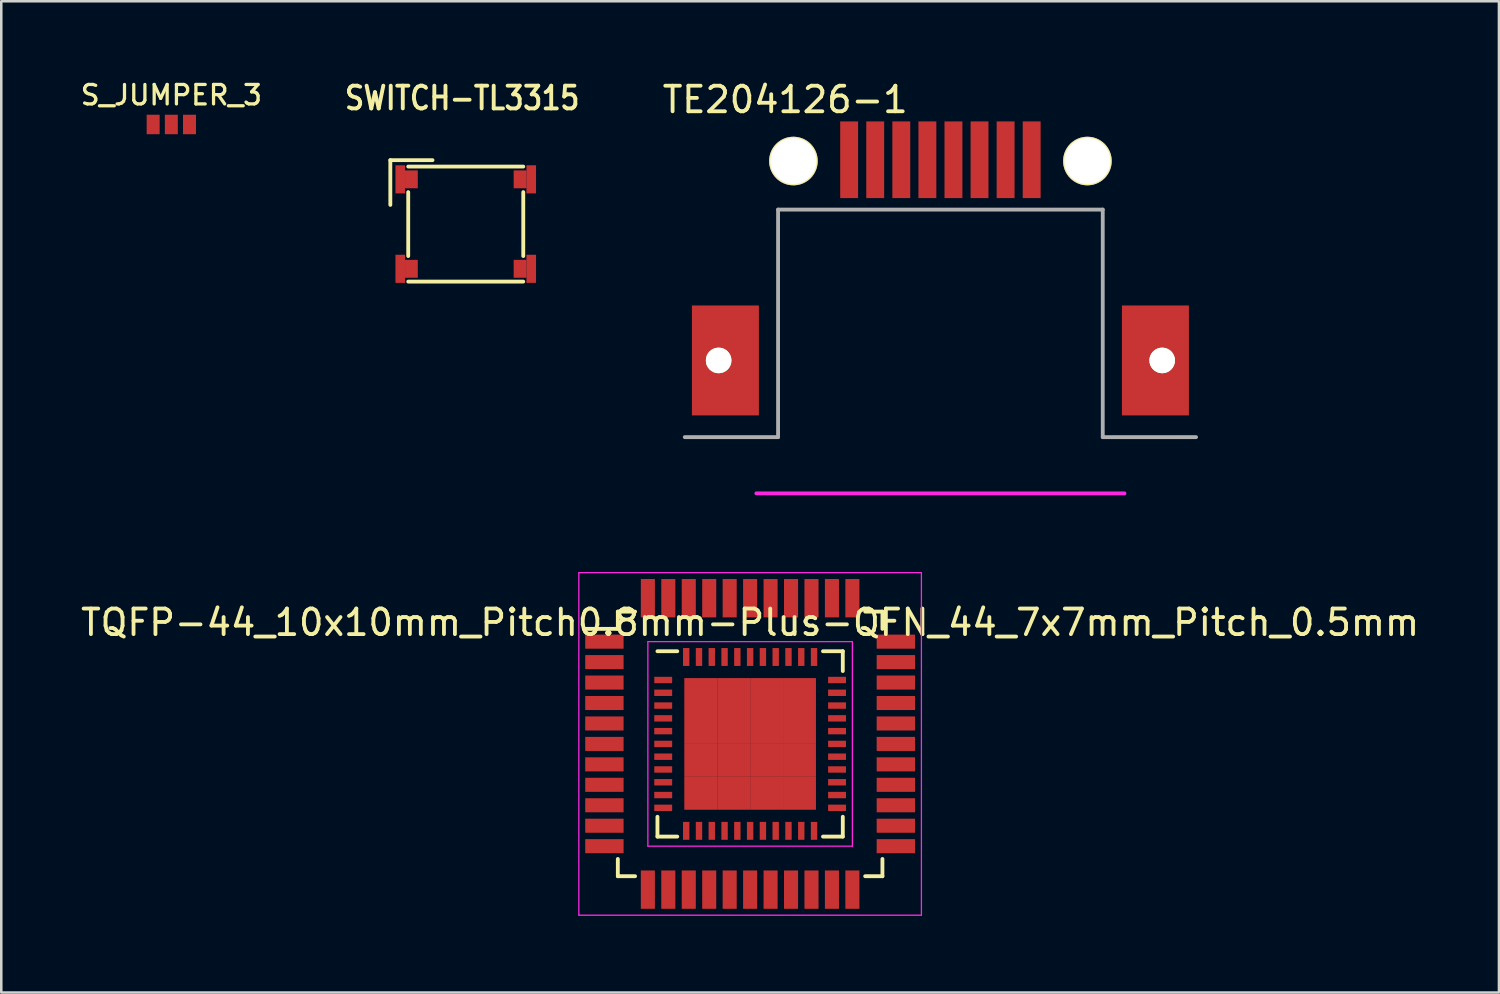
<source format=kicad_pcb>
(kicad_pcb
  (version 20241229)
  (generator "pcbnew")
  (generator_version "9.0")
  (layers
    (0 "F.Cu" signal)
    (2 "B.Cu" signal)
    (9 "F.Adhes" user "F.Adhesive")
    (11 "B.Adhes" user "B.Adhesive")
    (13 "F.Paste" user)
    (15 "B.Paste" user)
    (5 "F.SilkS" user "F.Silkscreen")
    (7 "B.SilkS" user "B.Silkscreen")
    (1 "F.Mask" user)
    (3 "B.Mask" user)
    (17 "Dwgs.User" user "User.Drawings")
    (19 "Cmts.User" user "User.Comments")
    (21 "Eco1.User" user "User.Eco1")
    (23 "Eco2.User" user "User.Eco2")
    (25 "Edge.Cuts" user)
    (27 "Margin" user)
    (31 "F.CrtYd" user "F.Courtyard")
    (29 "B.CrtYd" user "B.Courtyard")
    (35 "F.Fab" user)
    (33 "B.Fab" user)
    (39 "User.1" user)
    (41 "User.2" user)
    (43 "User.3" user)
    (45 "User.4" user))
  (footprint "TQFP-44_10x10mm_Pitch0.8mm-Plus-QFN_44_7x7mm_Pitch_0.5mm"
    (layer "F.Cu")
    (at 26.292 26.049)
    (property "Reference" "TQFP-44_10x10mm_Pitch0.8mm-Plus-QFN_44_7x7mm_Pitch_0.5mm" (at 0 -4.75 0) (layer "F.SilkS") (effects (font (size 1 1) (thickness 0.15))))
    (attr smd)
    (fp_line (start -5.175 -5.175) (end -5.175 -4.5) (stroke (width 0.15) (type solid)) (layer "F.SilkS"))
    (fp_line (start -5.175 -5.175) (end -4.5 -5.175) (stroke (width 0.15) (type solid)) (layer "F.SilkS"))
    (fp_line (start -5.175 -4.5) (end -6.45 -4.5) (stroke (width 0.15) (type solid)) (layer "F.SilkS"))
    (fp_line (start -5.175 5.175) (end -5.175 4.5) (stroke (width 0.15) (type solid)) (layer "F.SilkS"))
    (fp_line (start -5.175 5.175) (end -4.5 5.175) (stroke (width 0.15) (type solid)) (layer "F.SilkS"))
    (fp_line (start -3.625 -3.625) (end -2.85 -3.625) (stroke (width 0.15) (type solid)) (layer "F.SilkS"))
    (fp_line (start -3.625 3.625) (end -3.625 2.85) (stroke (width 0.15) (type solid)) (layer "F.SilkS"))
    (fp_line (start -3.625 3.625) (end -2.85 3.625) (stroke (width 0.15) (type solid)) (layer "F.SilkS"))
    (fp_line (start 3.625 -3.625) (end 2.85 -3.625) (stroke (width 0.15) (type solid)) (layer "F.SilkS"))
    (fp_line (start 3.625 -3.625) (end 3.625 -2.85) (stroke (width 0.15) (type solid)) (layer "F.SilkS"))
    (fp_line (start 3.625 3.625) (end 2.85 3.625) (stroke (width 0.15) (type solid)) (layer "F.SilkS"))
    (fp_line (start 3.625 3.625) (end 3.625 2.85) (stroke (width 0.15) (type solid)) (layer "F.SilkS"))
    (fp_line (start 5.175 -5.175) (end 4.5 -5.175) (stroke (width 0.15) (type solid)) (layer "F.SilkS"))
    (fp_line (start 5.175 -5.175) (end 5.175 -4.5) (stroke (width 0.15) (type solid)) (layer "F.SilkS"))
    (fp_line (start 5.175 5.175) (end 4.5 5.175) (stroke (width 0.15) (type solid)) (layer "F.SilkS"))
    (fp_line (start 5.175 5.175) (end 5.175 4.5) (stroke (width 0.15) (type solid)) (layer "F.SilkS"))
    (fp_line (start -6.7 -6.7) (end -6.7 6.7) (stroke (width 0.05) (type solid)) (layer "F.CrtYd"))
    (fp_line (start -6.7 -6.7) (end 6.7 -6.7) (stroke (width 0.05) (type solid)) (layer "F.CrtYd"))
    (fp_line (start -6.7 6.7) (end 6.7 6.7) (stroke (width 0.05) (type solid)) (layer "F.CrtYd"))
    (fp_line (start -4 -4) (end -4 4) (stroke (width 0.05) (type solid)) (layer "F.CrtYd"))
    (fp_line (start -4 -4) (end 4 -4) (stroke (width 0.05) (type solid)) (layer "F.CrtYd"))
    (fp_line (start -4 4) (end 4 4) (stroke (width 0.05) (type solid)) (layer "F.CrtYd"))
    (fp_line (start 4 -4) (end 4 4) (stroke (width 0.05) (type solid)) (layer "F.CrtYd"))
    (fp_line (start 6.7 -6.7) (end 6.7 6.7) (stroke (width 0.05) (type solid)) (layer "F.CrtYd"))
    (pad "1" smd rect (at -5.7 -4) (size 1.5 0.55) (layers "F.Cu" "F.Mask" "F.Paste"))
    (pad "1" smd rect (at -3.4 -2.5) (size 0.7 0.25) (layers "F.Cu" "F.Mask" "F.Paste"))
    (pad "2" smd rect (at -5.7 -3.2) (size 1.5 0.55) (layers "F.Cu" "F.Mask" "F.Paste"))
    (pad "2" smd rect (at -3.4 -2) (size 0.7 0.25) (layers "F.Cu" "F.Mask" "F.Paste"))
    (pad "3" smd rect (at -5.7 -2.4) (size 1.5 0.55) (layers "F.Cu" "F.Mask" "F.Paste"))
    (pad "3" smd rect (at -3.4 -1.5) (size 0.7 0.25) (layers "F.Cu" "F.Mask" "F.Paste"))
    (pad "4" smd rect (at -5.7 -1.6) (size 1.5 0.55) (layers "F.Cu" "F.Mask" "F.Paste"))
    (pad "4" smd rect (at -3.4 -1) (size 0.7 0.25) (layers "F.Cu" "F.Mask" "F.Paste"))
    (pad "5" smd rect (at -5.7 -0.8) (size 1.5 0.55) (layers "F.Cu" "F.Mask" "F.Paste"))
    (pad "5" smd rect (at -3.4 -0.5) (size 0.7 0.25) (layers "F.Cu" "F.Mask" "F.Paste"))
    (pad "6" smd rect (at -5.7 0) (size 1.5 0.55) (layers "F.Cu" "F.Mask" "F.Paste"))
    (pad "6" smd rect (at -3.4 0) (size 0.7 0.25) (layers "F.Cu" "F.Mask" "F.Paste"))
    (pad "7" smd rect (at -5.7 0.8) (size 1.5 0.55) (layers "F.Cu" "F.Mask" "F.Paste"))
    (pad "7" smd rect (at -3.4 0.5) (size 0.7 0.25) (layers "F.Cu" "F.Mask" "F.Paste"))
    (pad "8" smd rect (at -5.7 1.6) (size 1.5 0.55) (layers "F.Cu" "F.Mask" "F.Paste"))
    (pad "8" smd rect (at -3.4 1) (size 0.7 0.25) (layers "F.Cu" "F.Mask" "F.Paste"))
    (pad "9" smd rect (at -5.7 2.4) (size 1.5 0.55) (layers "F.Cu" "F.Mask" "F.Paste"))
    (pad "9" smd rect (at -3.4 1.5) (size 0.7 0.25) (layers "F.Cu" "F.Mask" "F.Paste"))
    (pad "10" smd rect (at -5.7 3.2) (size 1.5 0.55) (layers "F.Cu" "F.Mask" "F.Paste"))
    (pad "10" smd rect (at -3.4 2) (size 0.7 0.25) (layers "F.Cu" "F.Mask" "F.Paste"))
    (pad "11" smd rect (at -5.7 4) (size 1.5 0.55) (layers "F.Cu" "F.Mask" "F.Paste"))
    (pad "11" smd rect (at -3.4 2.5) (size 0.7 0.25) (layers "F.Cu" "F.Mask" "F.Paste"))
    (pad "12" smd rect (at -4 5.7 90) (size 1.5 0.55) (layers "F.Cu" "F.Mask" "F.Paste"))
    (pad "12" smd rect (at -2.5 3.4 90) (size 0.7 0.25) (layers "F.Cu" "F.Mask" "F.Paste"))
    (pad "13" smd rect (at -3.2 5.7 90) (size 1.5 0.55) (layers "F.Cu" "F.Mask" "F.Paste"))
    (pad "13" smd rect (at -2 3.4 90) (size 0.7 0.25) (layers "F.Cu" "F.Mask" "F.Paste"))
    (pad "14" smd rect (at -2.4 5.7 90) (size 1.5 0.55) (layers "F.Cu" "F.Mask" "F.Paste"))
    (pad "14" smd rect (at -1.5 3.4 90) (size 0.7 0.25) (layers "F.Cu" "F.Mask" "F.Paste"))
    (pad "15" smd rect (at -1.6 5.7 90) (size 1.5 0.55) (layers "F.Cu" "F.Mask" "F.Paste"))
    (pad "15" smd rect (at -1 3.4 90) (size 0.7 0.25) (layers "F.Cu" "F.Mask" "F.Paste"))
    (pad "16" smd rect (at -0.8 5.7 90) (size 1.5 0.55) (layers "F.Cu" "F.Mask" "F.Paste"))
    (pad "16" smd rect (at -0.5 3.4 90) (size 0.7 0.25) (layers "F.Cu" "F.Mask" "F.Paste"))
    (pad "17" smd rect (at 0 3.4 90) (size 0.7 0.25) (layers "F.Cu" "F.Mask" "F.Paste"))
    (pad "17" smd rect (at 0 5.7 90) (size 1.5 0.55) (layers "F.Cu" "F.Mask" "F.Paste"))
    (pad "18" smd rect (at 0.5 3.4 90) (size 0.7 0.25) (layers "F.Cu" "F.Mask" "F.Paste"))
    (pad "18" smd rect (at 0.8 5.7 90) (size 1.5 0.55) (layers "F.Cu" "F.Mask" "F.Paste"))
    (pad "19" smd rect (at 1 3.4 90) (size 0.7 0.25) (layers "F.Cu" "F.Mask" "F.Paste"))
    (pad "19" smd rect (at 1.6 5.7 90) (size 1.5 0.55) (layers "F.Cu" "F.Mask" "F.Paste"))
    (pad "20" smd rect (at 1.5 3.4 90) (size 0.7 0.25) (layers "F.Cu" "F.Mask" "F.Paste"))
    (pad "20" smd rect (at 2.4 5.7 90) (size 1.5 0.55) (layers "F.Cu" "F.Mask" "F.Paste"))
    (pad "21" smd rect (at 2 3.4 90) (size 0.7 0.25) (layers "F.Cu" "F.Mask" "F.Paste"))
    (pad "21" smd rect (at 3.2 5.7 90) (size 1.5 0.55) (layers "F.Cu" "F.Mask" "F.Paste"))
    (pad "22" smd rect (at 2.5 3.4 90) (size 0.7 0.25) (layers "F.Cu" "F.Mask" "F.Paste"))
    (pad "22" smd rect (at 4 5.7 90) (size 1.5 0.55) (layers "F.Cu" "F.Mask" "F.Paste"))
    (pad "23" smd rect (at 3.4 2.5) (size 0.7 0.25) (layers "F.Cu" "F.Mask" "F.Paste"))
    (pad "23" smd rect (at 5.7 4) (size 1.5 0.55) (layers "F.Cu" "F.Mask" "F.Paste"))
    (pad "24" smd rect (at 3.4 2) (size 0.7 0.25) (layers "F.Cu" "F.Mask" "F.Paste"))
    (pad "24" smd rect (at 5.7 3.2) (size 1.5 0.55) (layers "F.Cu" "F.Mask" "F.Paste"))
    (pad "25" smd rect (at 3.4 1.5) (size 0.7 0.25) (layers "F.Cu" "F.Mask" "F.Paste"))
    (pad "25" smd rect (at 5.7 2.4) (size 1.5 0.55) (layers "F.Cu" "F.Mask" "F.Paste"))
    (pad "26" smd rect (at 3.4 1) (size 0.7 0.25) (layers "F.Cu" "F.Mask" "F.Paste"))
    (pad "26" smd rect (at 5.7 1.6) (size 1.5 0.55) (layers "F.Cu" "F.Mask" "F.Paste"))
    (pad "27" smd rect (at 3.4 0.5) (size 0.7 0.25) (layers "F.Cu" "F.Mask" "F.Paste"))
    (pad "27" smd rect (at 5.7 0.8) (size 1.5 0.55) (layers "F.Cu" "F.Mask" "F.Paste"))
    (pad "28" smd rect (at 3.4 0) (size 0.7 0.25) (layers "F.Cu" "F.Mask" "F.Paste"))
    (pad "28" smd rect (at 5.7 0) (size 1.5 0.55) (layers "F.Cu" "F.Mask" "F.Paste"))
    (pad "29" smd rect (at 3.4 -0.5) (size 0.7 0.25) (layers "F.Cu" "F.Mask" "F.Paste"))
    (pad "29" smd rect (at 5.7 -0.8) (size 1.5 0.55) (layers "F.Cu" "F.Mask" "F.Paste"))
    (pad "30" smd rect (at 3.4 -1) (size 0.7 0.25) (layers "F.Cu" "F.Mask" "F.Paste"))
    (pad "30" smd rect (at 5.7 -1.6) (size 1.5 0.55) (layers "F.Cu" "F.Mask" "F.Paste"))
    (pad "31" smd rect (at 3.4 -1.5) (size 0.7 0.25) (layers "F.Cu" "F.Mask" "F.Paste"))
    (pad "31" smd rect (at 5.7 -2.4) (size 1.5 0.55) (layers "F.Cu" "F.Mask" "F.Paste"))
    (pad "32" smd rect (at 3.4 -2) (size 0.7 0.25) (layers "F.Cu" "F.Mask" "F.Paste"))
    (pad "32" smd rect (at 5.7 -3.2) (size 1.5 0.55) (layers "F.Cu" "F.Mask" "F.Paste"))
    (pad "33" smd rect (at 3.4 -2.5) (size 0.7 0.25) (layers "F.Cu" "F.Mask" "F.Paste"))
    (pad "33" smd rect (at 5.7 -4) (size 1.5 0.55) (layers "F.Cu" "F.Mask" "F.Paste"))
    (pad "34" smd rect (at 2.5 -3.4 90) (size 0.7 0.25) (layers "F.Cu" "F.Mask" "F.Paste"))
    (pad "34" smd rect (at 4 -5.7 90) (size 1.5 0.55) (layers "F.Cu" "F.Mask" "F.Paste"))
    (pad "35" smd rect (at 2 -3.4 90) (size 0.7 0.25) (layers "F.Cu" "F.Mask" "F.Paste"))
    (pad "35" smd rect (at 3.2 -5.7 90) (size 1.5 0.55) (layers "F.Cu" "F.Mask" "F.Paste"))
    (pad "36" smd rect (at 1.5 -3.4 90) (size 0.7 0.25) (layers "F.Cu" "F.Mask" "F.Paste"))
    (pad "36" smd rect (at 2.4 -5.7 90) (size 1.5 0.55) (layers "F.Cu" "F.Mask" "F.Paste"))
    (pad "37" smd rect (at 1 -3.4 90) (size 0.7 0.25) (layers "F.Cu" "F.Mask" "F.Paste"))
    (pad "37" smd rect (at 1.6 -5.7 90) (size 1.5 0.55) (layers "F.Cu" "F.Mask" "F.Paste"))
    (pad "38" smd rect (at 0.5 -3.4 90) (size 0.7 0.25) (layers "F.Cu" "F.Mask" "F.Paste"))
    (pad "38" smd rect (at 0.8 -5.7 90) (size 1.5 0.55) (layers "F.Cu" "F.Mask" "F.Paste"))
    (pad "39" smd rect (at 0 -5.7 90) (size 1.5 0.55) (layers "F.Cu" "F.Mask" "F.Paste"))
    (pad "39" smd rect (at 0 -3.4 90) (size 0.7 0.25) (layers "F.Cu" "F.Mask" "F.Paste"))
    (pad "40" smd rect (at -0.8 -5.7 90) (size 1.5 0.55) (layers "F.Cu" "F.Mask" "F.Paste"))
    (pad "40" smd rect (at -0.5 -3.4 90) (size 0.7 0.25) (layers "F.Cu" "F.Mask" "F.Paste"))
    (pad "41" smd rect (at -1.6 -5.7 90) (size 1.5 0.55) (layers "F.Cu" "F.Mask" "F.Paste"))
    (pad "41" smd rect (at -1 -3.4 90) (size 0.7 0.25) (layers "F.Cu" "F.Mask" "F.Paste"))
    (pad "42" smd rect (at -2.4 -5.7 90) (size 1.5 0.55) (layers "F.Cu" "F.Mask" "F.Paste"))
    (pad "42" smd rect (at -1.5 -3.4 90) (size 0.7 0.25) (layers "F.Cu" "F.Mask" "F.Paste"))
    (pad "43" smd rect (at -3.2 -5.7 90) (size 1.5 0.55) (layers "F.Cu" "F.Mask" "F.Paste"))
    (pad "43" smd rect (at -2 -3.4 90) (size 0.7 0.25) (layers "F.Cu" "F.Mask" "F.Paste"))
    (pad "44" smd rect (at -4 -5.7 90) (size 1.5 0.55) (layers "F.Cu" "F.Mask" "F.Paste"))
    (pad "44" smd rect (at -2.5 -3.4 90) (size 0.7 0.25) (layers "F.Cu" "F.Mask" "F.Paste"))
    (pad "45" smd rect (at -1.931 -1.931) (size 1.288 1.288) (layers "F.Cu" "F.Mask" "F.Paste"))
    (pad "45" smd rect (at -1.931 -0.644) (size 1.288 1.288) (layers "F.Cu" "F.Mask" "F.Paste"))
    (pad "45" smd rect (at -1.931 0.644) (size 1.288 1.288) (layers "F.Cu" "F.Mask" "F.Paste"))
    (pad "45" smd rect (at -1.931 1.931) (size 1.288 1.288) (layers "F.Cu" "F.Mask" "F.Paste"))
    (pad "45" smd rect (at -0.644 -1.931) (size 1.288 1.288) (layers "F.Cu" "F.Mask" "F.Paste"))
    (pad "45" smd rect (at -0.644 -0.644) (size 1.288 1.288) (layers "F.Cu" "F.Mask" "F.Paste"))
    (pad "45" smd rect (at -0.644 0.644) (size 1.288 1.288) (layers "F.Cu" "F.Mask" "F.Paste"))
    (pad "45" smd rect (at -0.644 1.931) (size 1.288 1.288) (layers "F.Cu" "F.Mask" "F.Paste"))
    (pad "45" smd rect (at 0.644 -1.931) (size 1.288 1.288) (layers "F.Cu" "F.Mask" "F.Paste"))
    (pad "45" smd rect (at 0.644 -0.644) (size 1.288 1.288) (layers "F.Cu" "F.Mask" "F.Paste"))
    (pad "45" smd rect (at 0.644 0.644) (size 1.288 1.288) (layers "F.Cu" "F.Mask" "F.Paste"))
    (pad "45" smd rect (at 0.644 1.931) (size 1.288 1.288) (layers "F.Cu" "F.Mask" "F.Paste"))
    (pad "45" smd rect (at 1.931 -1.931) (size 1.288 1.288) (layers "F.Cu" "F.Mask" "F.Paste"))
    (pad "45" smd rect (at 1.931 -0.644) (size 1.288 1.288) (layers "F.Cu" "F.Mask" "F.Paste"))
    (pad "45" smd rect (at 1.931 0.644) (size 1.288 1.288) (layers "F.Cu" "F.Mask" "F.Paste"))
    (pad "45" smd rect (at 1.931 1.931) (size 1.288 1.288) (layers "F.Cu" "F.Mask" "F.Paste")))
  (footprint "TE204126-1"
    (layer "F.Cu")
    (at 33.735 3.249)
    (property "Reference" "TE204126-1" (at -6.071 -2.401 0) (layer "F.SilkS") (effects (font (size 1 1) (thickness 0.15))))
    (attr through_hole)
    (fp_line (start -7.2 13) (end 7.2 13) (stroke (width 0.15) (type solid)) (layer "F.CrtYd"))
    (fp_line (start -6.35 1.9) (end -6.35 10.8) (stroke (width 0.15) (type solid)) (layer "F.Fab"))
    (fp_line (start -6.35 1.9) (end 6.35 1.9) (stroke (width 0.15) (type solid)) (layer "F.Fab"))
    (fp_line (start -6.35 10.8) (end -10 10.8) (stroke (width 0.15) (type solid)) (layer "F.Fab"))
    (fp_line (start 6.35 1.9) (end 6.35 10.8) (stroke (width 0.15) (type solid)) (layer "F.Fab"))
    (fp_line (start 6.35 10.8) (end 10 10.8) (stroke (width 0.15) (type solid)) (layer "F.Fab"))
    (pad "" np_thru_hole circle (at -5.75 0 90) (size 1.9 1.9) (drill 1.8) (layers "*.Cu" "*.Mask" "F.SilkS"))
    (pad "" np_thru_hole circle (at 5.75 0) (size 1.9 1.9) (drill 1.8) (layers "*.Cu" "*.Mask" "F.SilkS"))
    (pad "1" smd rect (at -3.57 -0.05) (size 0.7 3) (layers "F.Cu" "F.Mask" "F.Paste"))
    (pad "2" smd rect (at -2.55 -0.05) (size 0.7 3) (layers "F.Cu" "F.Mask" "F.Paste"))
    (pad "3" smd rect (at -1.53 -0.05) (size 0.7 3) (layers "F.Cu" "F.Mask" "F.Paste"))
    (pad "4" smd rect (at -0.51 -0.05) (size 0.7 3) (layers "F.Cu" "F.Mask" "F.Paste"))
    (pad "5" smd rect (at 0.51 -0.05) (size 0.7 3) (layers "F.Cu" "F.Mask" "F.Paste"))
    (pad "6" smd rect (at 1.53 -0.05) (size 0.7 3) (layers "F.Cu" "F.Mask" "F.Paste"))
    (pad "7" smd rect (at 2.55 -0.05) (size 0.7 3) (layers "F.Cu" "F.Mask" "F.Paste"))
    (pad "8" smd rect (at 3.57 -0.05) (size 0.7 3) (layers "F.Cu" "F.Mask" "F.Paste"))
    (pad "9" thru_hole circle (at -8.675 7.8) (size 1 1) (drill 1) (layers "*.Cu" "*.Mask" "F.SilkS"))
    (pad "9" smd rect (at -8.41 7.8) (size 2.62 4.3) (layers "F.Cu" "F.Mask" "F.Paste"))
    (pad "9" smd rect (at 8.41 7.8) (size 2.62 4.3) (layers "F.Cu" "F.Mask" "F.Paste"))
    (pad "9" thru_hole circle (at 8.675 7.8) (size 1 1) (drill 1) (layers "*.Cu" "*.Mask" "F.SilkS")))
  (footprint "S_JUMPER_3"
    (layer "F.Cu")
    (at 3.652 1.819)
    (property "Reference" "S_JUMPER_3" (at 0 -1.15 0) (layer "F.SilkS") (effects (font (size 0.762 0.762) (thickness 0.127))))
    (attr through_hole)
    (pad "1" smd rect (at -0.711 0) (size 0.508 0.762) (layers "F.Cu" "F.Mask" "F.Paste"))
    (pad "2" smd rect (at 0 0) (size 0.508 0.762) (layers "F.Cu" "F.Mask" "F.Paste"))
    (pad "3" smd rect (at 0.711 0) (size 0.508 0.762) (layers "F.Cu" "F.Mask" "F.Paste")))
  (footprint "SWITCH-TL3315"
    (layer "F.Cu")
    (at 15.168 5.715)
    (property "Reference" "SWITCH-TL3315" (at -0.14 -4.928 0) (layer "F.SilkS") (effects (font (size 0.889 0.762) (thickness 0.152))))
    (attr through_hole)
    (fp_line (start -2.95 -2.5) (end -2.95 -0.75) (stroke (width 0.15) (type solid)) (layer "F.SilkS"))
    (fp_line (start -2.95 -2.5) (end -1.3 -2.5) (stroke (width 0.15) (type solid)) (layer "F.SilkS"))
    (fp_line (start -2.25 -2.25) (end 2.25 -2.25) (stroke (width 0.15) (type solid)) (layer "F.SilkS"))
    (fp_line (start -2.25 -1.25) (end -2.25 1.25) (stroke (width 0.15) (type solid)) (layer "F.SilkS"))
    (fp_line (start -2.25 2.25) (end 2.25 2.25) (stroke (width 0.15) (type solid)) (layer "F.SilkS"))
    (fp_line (start 2.25 -1.25) (end 2.25 1.25) (stroke (width 0.15) (type solid)) (layer "F.SilkS"))
    (pad "1" smd rect (at -2.562 -1.75) (size 0.375 1.1) (layers "F.Cu" "F.Mask" "F.Paste"))
    (pad "1" smd rect (at -2.125 -1.75) (size 0.5 0.7) (layers "F.Cu" "F.Mask" "F.Paste"))
    (pad "1" smd rect (at 2.125 -1.75) (size 0.5 0.7) (layers "F.Cu" "F.Mask" "F.Paste"))
    (pad "1" smd rect (at 2.562 -1.75) (size 0.375 1.1) (layers "F.Cu" "F.Mask" "F.Paste"))
    (pad "2" smd rect (at -2.562 1.75) (size 0.375 1.1) (layers "F.Cu" "F.Mask" "F.Paste"))
    (pad "2" smd rect (at -2.125 1.75) (size 0.5 0.7) (layers "F.Cu" "F.Mask" "F.Paste"))
    (pad "2" smd rect (at 2.125 1.75) (size 0.5 0.7) (layers "F.Cu" "F.Mask" "F.Paste"))
    (pad "2" smd rect (at 2.562 1.75) (size 0.375 1.1) (layers "F.Cu" "F.Mask" "F.Paste")))
  (gr_rect
    (start -3 -3)
    (end 55.583 35.774)
    (stroke (width 0.1) (type default))
    (fill no)
    (layer "Edge.Cuts")))
</source>
